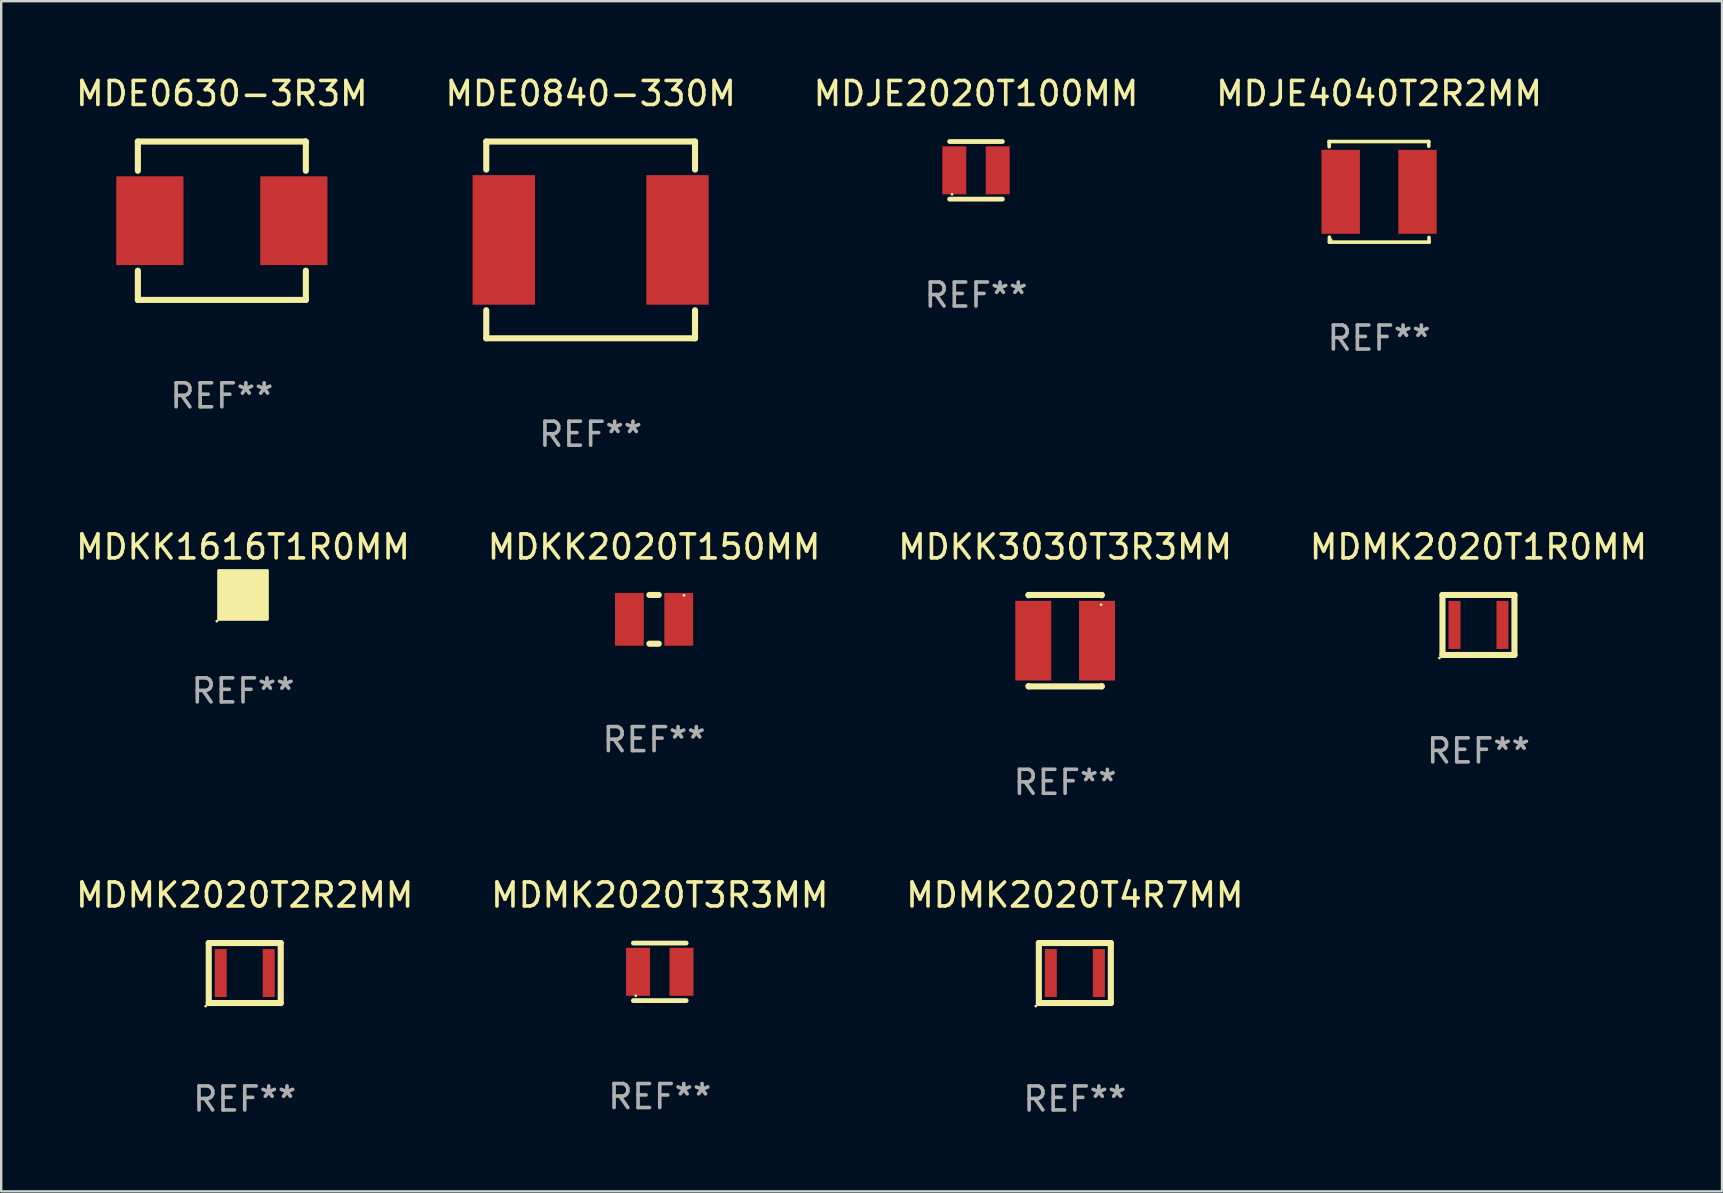
<source format=kicad_pcb>
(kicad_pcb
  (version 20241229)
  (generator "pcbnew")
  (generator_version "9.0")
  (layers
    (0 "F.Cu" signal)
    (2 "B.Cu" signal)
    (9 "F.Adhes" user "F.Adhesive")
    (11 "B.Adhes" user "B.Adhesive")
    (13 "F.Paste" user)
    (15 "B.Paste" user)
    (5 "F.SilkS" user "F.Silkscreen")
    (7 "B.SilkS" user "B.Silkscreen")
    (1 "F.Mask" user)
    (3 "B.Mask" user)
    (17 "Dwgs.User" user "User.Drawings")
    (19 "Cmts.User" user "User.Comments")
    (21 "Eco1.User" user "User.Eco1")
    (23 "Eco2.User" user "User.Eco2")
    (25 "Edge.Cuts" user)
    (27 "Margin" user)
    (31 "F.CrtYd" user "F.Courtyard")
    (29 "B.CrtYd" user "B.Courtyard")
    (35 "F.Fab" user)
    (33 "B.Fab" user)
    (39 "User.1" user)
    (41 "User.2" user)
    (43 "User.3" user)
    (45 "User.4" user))
  (footprint "MDE0630-3R3M"
    (layer "F.Cu")
    (at 6.196 6.148)
    (property "Reference" "MDE0630-3R3M" (at 0 -5.3 0) (layer "F.SilkS") (effects (font (size 1 1) (thickness 0.15))))
    (attr through_hole)
    (fp_line (start -3.5 -3.3) (end 3.48 -3.3) (stroke (width 0.254) (type solid)) (layer "F.SilkS"))
    (fp_line (start -3.5 -2.081) (end -3.5 -3.3) (stroke (width 0.254) (type solid)) (layer "F.SilkS"))
    (fp_line (start -3.5 3.3) (end -3.5 2.081) (stroke (width 0.254) (type solid)) (layer "F.SilkS"))
    (fp_line (start -3.49 3.3) (end -3.5 3.3) (stroke (width 0.254) (type solid)) (layer "F.SilkS"))
    (fp_line (start 3.48 -3.3) (end 3.5 -3.28) (stroke (width 0.254) (type solid)) (layer "F.SilkS"))
    (fp_line (start 3.5 -3.3) (end 3.5 -2.081) (stroke (width 0.254) (type solid)) (layer "F.SilkS"))
    (fp_line (start 3.5 2.081) (end 3.5 3.3) (stroke (width 0.254) (type solid)) (layer "F.SilkS"))
    (fp_line (start 3.5 3.3) (end -3.49 3.3) (stroke (width 0.254) (type solid)) (layer "F.SilkS"))
    (fp_circle (center -3.5 3.3) (end -3.47 3.3) (stroke (width 0.06) (type solid)) (fill no) (layer "F.SilkS"))
    (fp_text user "REF**" (at 0 7.3 0) (layer "F.Fab") (effects (font (size 1 1) (thickness 0.15))))
    (pad "1" smd rect (at -3 0) (size 2.8 3.7) (layers "F.Cu" "F.Mask" "F.Paste"))
    (pad "2" smd rect (at 3 0) (size 2.8 3.7) (layers "F.Cu" "F.Mask" "F.Paste")))
  (footprint "MDJE2020T100MM"
    (layer "F.Cu")
    (at 37.625 4.048)
    (property "Reference" "MDJE2020T100MM" (at 0 -3.2 0) (layer "F.SilkS") (effects (font (size 1 1) (thickness 0.15))))
    (attr through_hole)
    (fp_line (start -1.1 -1.2) (end 1.1 -1.2) (stroke (width 0.2) (type solid)) (layer "F.SilkS"))
    (fp_line (start -1.1 1.2) (end 1.1 1.2) (stroke (width 0.2) (type solid)) (layer "F.SilkS"))
    (fp_circle (center -1 1) (end -0.97 1) (stroke (width 0.06) (type solid)) (fill no) (layer "F.SilkS"))
    (fp_text user "REF**" (at 0 5.2 0) (layer "F.Fab") (effects (font (size 1 1) (thickness 0.15))))
    (pad "1" smd rect (at -0.905 0) (size 1 2) (layers "F.Cu" "F.Mask" "F.Paste"))
    (pad "2" smd rect (at 0.905 0) (size 1 2) (layers "F.Cu" "F.Mask" "F.Paste")))
  (footprint "MDKK1616T1R0MM"
    (layer "F.Cu")
    (at 7.077 21.745)
    (property "Reference" "MDKK1616T1R0MM" (at 0 -2 0) (layer "F.SilkS") (effects (font (size 1 1) (thickness 0.15))))
    (attr through_hole)
    (fp_circle (center -1.091 1.091) (end -1.061 1.091) (stroke (width 0.06) (type solid)) (fill no) (layer "F.SilkS"))
    (fp_poly (pts (xy -1.016 -1.016) (xy 1.016 -1.016) (xy 1.016 1.016) (xy -1.016 1.016)) (stroke (width 0.12) (type solid)) (fill yes) (layer "F.SilkS"))
    (fp_text user "REF**" (at 0 4 0) (layer "F.Fab") (effects (font (size 1 1) (thickness 0.15))))
    (pad "1" smd rect (at -0.55 0) (size 0.5 1.7) (layers "F.Cu" "F.Mask" "F.Paste"))
    (pad "2" smd rect (at 0.55 0) (size 0.5 1.7) (layers "F.Cu" "F.Mask" "F.Paste")))
  (footprint "MDKK2020T150MM"
    (layer "F.Cu")
    (at 24.208 22.761)
    (property "Reference" "MDKK2020T150MM" (at 0 -3.016 0) (layer "F.SilkS") (effects (font (size 1 1) (thickness 0.15))))
    (attr through_hole)
    (fp_line (start -0.197 1.016) (end 0.197 1.016) (stroke (width 0.254) (type solid)) (layer "F.SilkS"))
    (fp_line (start 0.197 -1.016) (end -0.197 -1.016) (stroke (width 0.254) (type solid)) (layer "F.SilkS"))
    (fp_circle (center 1.25 -1) (end 1.28 -1) (stroke (width 0.06) (type solid)) (fill no) (layer "F.SilkS"))
    (fp_text user "REF**" (at 0 5.016 0) (layer "F.Fab") (effects (font (size 1 1) (thickness 0.15))))
    (pad "1" smd rect (at 1.028 0) (size 1.2 2.2) (layers "F.Cu" "F.Mask" "F.Paste"))
    (pad "2" smd rect (at -1.028 0) (size 1.2 2.2) (layers "F.Cu" "F.Mask" "F.Paste")))
  (footprint "MDMK2020T2R2MM"
    (layer "F.Cu")
    (at 7.149 37.501)
    (property "Reference" "MDMK2020T2R2MM" (at 0 -3.25 0) (layer "F.SilkS") (effects (font (size 1 1) (thickness 0.15))))
    (attr through_hole)
    (fp_line (start -1.5 -1.25) (end -1.5 1.25) (stroke (width 0.254) (type solid)) (layer "F.SilkS"))
    (fp_line (start -1.5 -1.25) (end 1.5 -1.25) (stroke (width 0.254) (type solid)) (layer "F.SilkS"))
    (fp_line (start 1.5 1.25) (end -1.5 1.25) (stroke (width 0.254) (type solid)) (layer "F.SilkS"))
    (fp_line (start 1.5 -1.25) (end 1.5 1.25) (stroke (width 0.254) (type solid)) (layer "F.SilkS"))
    (fp_circle (center -1.627 1.377) (end -1.597 1.377) (stroke (width 0.06) (type solid)) (fill no) (layer "F.SilkS"))
    (fp_text user "REF**" (at 0 5.25 0) (layer "F.Fab") (effects (font (size 1 1) (thickness 0.15))))
    (pad "1" smd rect (at -1 0) (size 0.5 2) (layers "F.Cu" "F.Mask" "F.Paste"))
    (pad "2" smd rect (at 1 0) (size 0.5 2) (layers "F.Cu" "F.Mask" "F.Paste")))
  (footprint "MDMK2020T1R0MM"
    (layer "F.Cu")
    (at 58.565 22.995)
    (property "Reference" "MDMK2020T1R0MM" (at 0 -3.25 0) (layer "F.SilkS") (effects (font (size 1 1) (thickness 0.15))))
    (attr through_hole)
    (fp_line (start -1.5 -1.25) (end -1.5 1.25) (stroke (width 0.254) (type solid)) (layer "F.SilkS"))
    (fp_line (start -1.5 -1.25) (end 1.5 -1.25) (stroke (width 0.254) (type solid)) (layer "F.SilkS"))
    (fp_line (start 1.5 1.25) (end -1.5 1.25) (stroke (width 0.254) (type solid)) (layer "F.SilkS"))
    (fp_line (start 1.5 -1.25) (end 1.5 1.25) (stroke (width 0.254) (type solid)) (layer "F.SilkS"))
    (fp_circle (center -1.627 1.377) (end -1.597 1.377) (stroke (width 0.06) (type solid)) (fill no) (layer "F.SilkS"))
    (fp_text user "REF**" (at 0 5.25 0) (layer "F.Fab") (effects (font (size 1 1) (thickness 0.15))))
    (pad "1" smd rect (at -1 0) (size 0.5 2) (layers "F.Cu" "F.Mask" "F.Paste"))
    (pad "2" smd rect (at 1 0) (size 0.5 2) (layers "F.Cu" "F.Mask" "F.Paste")))
  (footprint "MDKK3030T3R3MM"
    (layer "F.Cu")
    (at 41.339 23.65)
    (property "Reference" "MDKK3030T3R3MM" (at 0 -3.905 0) (layer "F.SilkS") (effects (font (size 1 1) (thickness 0.15))))
    (attr through_hole)
    (fp_line (start -1.524 -1.905) (end 1.524 -1.905) (stroke (width 0.254) (type solid)) (layer "F.SilkS"))
    (fp_line (start -1.524 -1.891) (end -1.524 -1.905) (stroke (width 0.254) (type solid)) (layer "F.SilkS"))
    (fp_line (start -1.524 1.905) (end -1.524 1.891) (stroke (width 0.254) (type solid)) (layer "F.SilkS"))
    (fp_line (start -1.524 1.905) (end 1.524 1.905) (stroke (width 0.254) (type solid)) (layer "F.SilkS"))
    (fp_line (start 1.524 -1.905) (end 1.524 -1.891) (stroke (width 0.254) (type solid)) (layer "F.SilkS"))
    (fp_line (start 1.524 1.891) (end 1.524 1.905) (stroke (width 0.254) (type solid)) (layer "F.SilkS"))
    (fp_circle (center 1.5 -1.5) (end 1.53 -1.5) (stroke (width 0.06) (type solid)) (fill no) (layer "F.SilkS"))
    (fp_text user "REF**" (at 0 5.905 0) (layer "F.Fab") (effects (font (size 1 1) (thickness 0.15))))
    (pad "1" smd rect (at 1.328 0) (size 1.5 3.32) (layers "F.Cu" "F.Mask" "F.Paste"))
    (pad "2" smd rect (at -1.328 0) (size 1.5 3.32) (layers "F.Cu" "F.Mask" "F.Paste")))
  (footprint "MDE0840-330M"
    (layer "F.Cu")
    (at 21.565 6.948)
    (property "Reference" "MDE0840-330M" (at 0 -6.1 0) (layer "F.SilkS") (effects (font (size 1 1) (thickness 0.15))))
    (attr through_hole)
    (fp_line (start -4.35 -4.1) (end -4.35 -2.931) (stroke (width 0.254) (type solid)) (layer "F.SilkS"))
    (fp_line (start -4.35 2.931) (end -4.35 4.1) (stroke (width 0.254) (type solid)) (layer "F.SilkS"))
    (fp_line (start 4.35 -4.1) (end -4.35 -4.1) (stroke (width 0.254) (type solid)) (layer "F.SilkS"))
    (fp_line (start 4.35 -4.1) (end 4.35 -2.931) (stroke (width 0.254) (type solid)) (layer "F.SilkS"))
    (fp_line (start 4.35 2.931) (end 4.35 4.1) (stroke (width 0.254) (type solid)) (layer "F.SilkS"))
    (fp_line (start 4.35 4.1) (end -4.35 4.1) (stroke (width 0.254) (type solid)) (layer "F.SilkS"))
    (fp_circle (center -4.306 4.09) (end -4.276 4.09) (stroke (width 0.06) (type solid)) (fill no) (layer "F.SilkS"))
    (fp_text user "REF**" (at 0 8.1 0) (layer "F.Fab") (effects (font (size 1 1) (thickness 0.15))))
    (pad "1" smd rect (at -3.62 0) (size 2.6 5.4) (layers "F.Cu" "F.Mask" "F.Paste"))
    (pad "2" smd rect (at 3.62 0) (size 2.6 5.4) (layers "F.Cu" "F.Mask" "F.Paste")))
  (footprint "MDMK2020T4R7MM"
    (layer "F.Cu")
    (at 41.744 37.501)
    (property "Reference" "MDMK2020T4R7MM" (at 0 -3.25 0) (layer "F.SilkS") (effects (font (size 1 1) (thickness 0.15))))
    (attr through_hole)
    (fp_line (start -1.5 -1.25) (end -1.5 1.25) (stroke (width 0.254) (type solid)) (layer "F.SilkS"))
    (fp_line (start -1.5 -1.25) (end 1.5 -1.25) (stroke (width 0.254) (type solid)) (layer "F.SilkS"))
    (fp_line (start 1.5 1.25) (end -1.5 1.25) (stroke (width 0.254) (type solid)) (layer "F.SilkS"))
    (fp_line (start 1.5 -1.25) (end 1.5 1.25) (stroke (width 0.254) (type solid)) (layer "F.SilkS"))
    (fp_circle (center -1.627 1.377) (end -1.597 1.377) (stroke (width 0.06) (type solid)) (fill no) (layer "F.SilkS"))
    (fp_text user "REF**" (at 0 5.25 0) (layer "F.Fab") (effects (font (size 1 1) (thickness 0.15))))
    (pad "1" smd rect (at -1 0) (size 0.5 2) (layers "F.Cu" "F.Mask" "F.Paste"))
    (pad "2" smd rect (at 1 0) (size 0.5 2) (layers "F.Cu" "F.Mask" "F.Paste")))
  (footprint "MDMK2020T3R3MM"
    (layer "F.Cu")
    (at 24.446 37.451)
    (property "Reference" "MDMK2020T3R3MM" (at 0 -3.2 0) (layer "F.SilkS") (effects (font (size 1 1) (thickness 0.15))))
    (attr through_hole)
    (fp_line (start -1.1 -1.2) (end 1.1 -1.2) (stroke (width 0.2) (type solid)) (layer "F.SilkS"))
    (fp_line (start -1.1 1.2) (end 1.1 1.2) (stroke (width 0.2) (type solid)) (layer "F.SilkS"))
    (fp_circle (center -1 1) (end -0.97 1) (stroke (width 0.06) (type solid)) (fill no) (layer "F.SilkS"))
    (fp_text user "REF**" (at 0 5.2 0) (layer "F.Fab") (effects (font (size 1 1) (thickness 0.15))))
    (pad "1" smd rect (at -0.905 0) (size 1 2) (layers "F.Cu" "F.Mask" "F.Paste"))
    (pad "2" smd rect (at 0.905 0) (size 1 2) (layers "F.Cu" "F.Mask" "F.Paste")))
  (footprint "MDJE4040T2R2MM"
    (layer "F.Cu")
    (at 54.423 4.944)
    (property "Reference" "MDJE4040T2R2MM" (at 0 -4.096 0) (layer "F.SilkS") (effects (font (size 1 1) (thickness 0.15))))
    (attr through_hole)
    (fp_line (start -2.083 -2.096) (end -2.08 -1.88) (stroke (width 0.15) (type solid)) (layer "F.SilkS"))
    (fp_line (start -2.07 1.89) (end -2.07 2.096) (stroke (width 0.15) (type solid)) (layer "F.SilkS"))
    (fp_line (start -2.07 2.096) (end 2.083 2.096) (stroke (width 0.15) (type solid)) (layer "F.SilkS"))
    (fp_line (start 2.07 -1.9) (end 2.07 -2.096) (stroke (width 0.15) (type solid)) (layer "F.SilkS"))
    (fp_line (start 2.07 -2.096) (end -2.083 -2.096) (stroke (width 0.15) (type solid)) (layer "F.SilkS"))
    (fp_line (start 2.083 2.096) (end 2.08 1.9) (stroke (width 0.15) (type solid)) (layer "F.SilkS"))
    (fp_circle (center -2 2) (end -1.97 2) (stroke (width 0.06) (type solid)) (fill no) (layer "F.SilkS"))
    (fp_text user "REF**" (at 0 6.096 0) (layer "F.Fab") (effects (font (size 1 1) (thickness 0.15))))
    (pad "1" smd rect (at -1.6 -0.000343) (size 1.6 3.5) (layers "F.Cu" "F.Mask" "F.Paste"))
    (pad "2" smd rect (at 1.6 -0.000343) (size 1.6 3.5) (layers "F.Cu" "F.Mask" "F.Paste")))
  (gr_rect
    (start -3 -3)
    (end 68.714 46.6)
    (stroke (width 0.1) (type default))
    (fill no)
    (layer "Edge.Cuts")))
</source>
